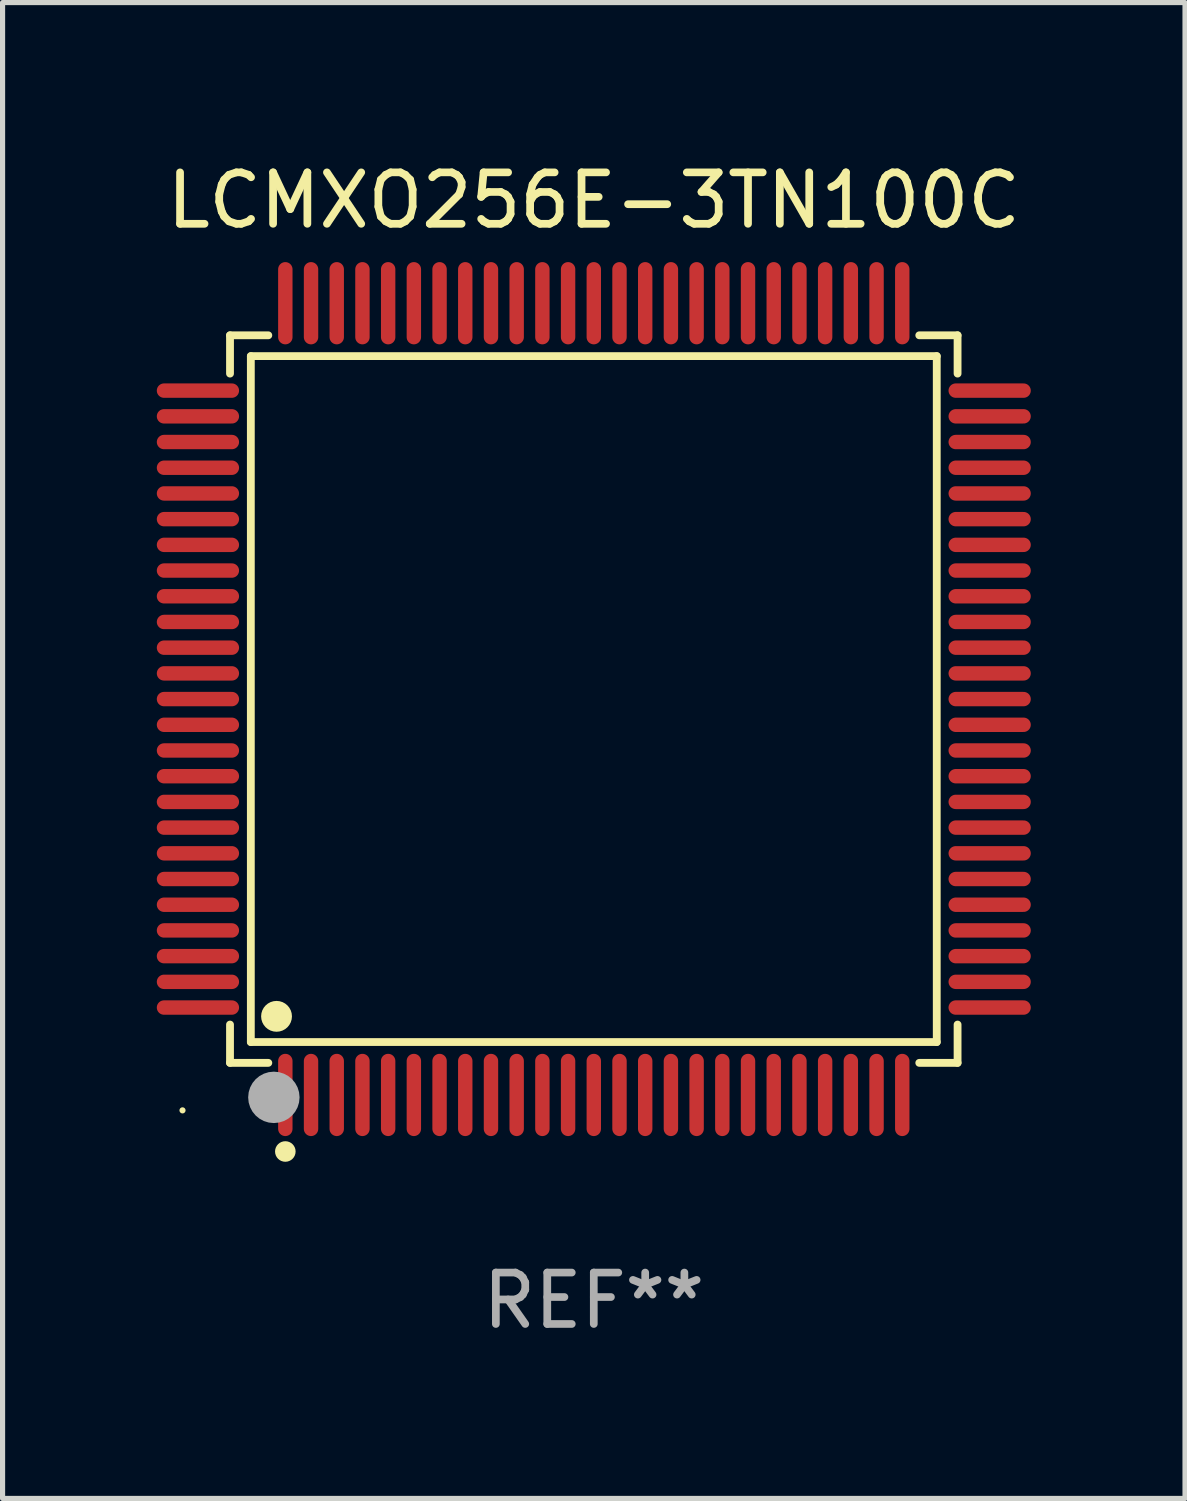
<source format=kicad_pcb>
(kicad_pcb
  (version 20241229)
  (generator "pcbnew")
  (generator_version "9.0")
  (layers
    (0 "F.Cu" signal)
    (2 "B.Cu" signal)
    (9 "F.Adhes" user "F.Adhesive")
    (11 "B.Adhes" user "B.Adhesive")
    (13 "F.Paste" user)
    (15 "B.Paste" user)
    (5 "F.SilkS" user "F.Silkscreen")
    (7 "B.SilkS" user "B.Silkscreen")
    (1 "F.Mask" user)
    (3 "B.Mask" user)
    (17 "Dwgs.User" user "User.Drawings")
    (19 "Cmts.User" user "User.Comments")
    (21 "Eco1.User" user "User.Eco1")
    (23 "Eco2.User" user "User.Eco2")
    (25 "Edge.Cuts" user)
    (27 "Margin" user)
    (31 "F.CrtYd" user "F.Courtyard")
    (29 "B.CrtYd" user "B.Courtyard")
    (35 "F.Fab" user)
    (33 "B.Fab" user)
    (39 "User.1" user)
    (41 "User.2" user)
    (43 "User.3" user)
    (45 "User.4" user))
  (footprint "LCMXO256E-3TN100C"
    (layer "F.Cu")
    (at 8.5 10.548)
    (property "Reference" "LCMXO256E-3TN100C" (at 0 -9.7 0) (layer "F.SilkS") (effects (font (size 1 1) (thickness 0.15))))
    (attr through_hole)
    (fp_line (start -7.076 -7.076) (end -6.331 -7.076) (stroke (width 0.152) (type solid)) (layer "F.SilkS"))
    (fp_line (start -7.076 -6.331) (end -7.076 -7.076) (stroke (width 0.152) (type solid)) (layer "F.SilkS"))
    (fp_line (start -7.076 6.331) (end -7.076 7.076) (stroke (width 0.152) (type solid)) (layer "F.SilkS"))
    (fp_line (start -7.076 7.076) (end -6.331 7.076) (stroke (width 0.152) (type solid)) (layer "F.SilkS"))
    (fp_line (start -6.671 -6.671) (end 6.671 -6.671) (stroke (width 0.152) (type solid)) (layer "F.SilkS"))
    (fp_line (start -6.671 6.671) (end -6.671 -6.671) (stroke (width 0.152) (type solid)) (layer "F.SilkS"))
    (fp_line (start 6.671 -6.671) (end 6.671 6.671) (stroke (width 0.152) (type solid)) (layer "F.SilkS"))
    (fp_line (start 6.671 6.671) (end -6.671 6.671) (stroke (width 0.152) (type solid)) (layer "F.SilkS"))
    (fp_line (start 7.076 -7.076) (end 6.331 -7.076) (stroke (width 0.152) (type solid)) (layer "F.SilkS"))
    (fp_line (start 7.076 -6.331) (end 7.076 -7.076) (stroke (width 0.152) (type solid)) (layer "F.SilkS"))
    (fp_line (start 7.076 6.331) (end 7.076 7.076) (stroke (width 0.152) (type solid)) (layer "F.SilkS"))
    (fp_line (start 7.076 7.076) (end 6.331 7.076) (stroke (width 0.152) (type solid)) (layer "F.SilkS"))
    (fp_circle (center -8 8) (end -7.97 8) (stroke (width 0.06) (type solid)) (fill no) (layer "F.SilkS"))
    (fp_circle (center -6.171 6.171) (end -6.021 6.171) (stroke (width 0.3) (type solid)) (fill no) (layer "F.SilkS"))
    (fp_circle (center -6 8.8) (end -5.9 8.8) (stroke (width 0.2) (type solid)) (fill no) (layer "F.SilkS"))
    (fp_circle (center -6.223 7.747) (end -5.973 7.747) (stroke (width 0.5) (type solid)) (fill no) (layer "F.Fab"))
    (fp_text user "REF**" (at 0 11.7 0) (layer "F.Fab") (effects (font (size 1 1) (thickness 0.15))))
    (pad "1" smd oval (at -6 7.7) (size 0.28 1.6) (layers "F.Cu" "F.Mask" "F.Paste"))
    (pad "2" smd oval (at -5.5 7.7) (size 0.28 1.6) (layers "F.Cu" "F.Mask" "F.Paste"))
    (pad "3" smd oval (at -5 7.7) (size 0.28 1.6) (layers "F.Cu" "F.Mask" "F.Paste"))
    (pad "4" smd oval (at -4.5 7.7) (size 0.28 1.6) (layers "F.Cu" "F.Mask" "F.Paste"))
    (pad "5" smd oval (at -4 7.7) (size 0.28 1.6) (layers "F.Cu" "F.Mask" "F.Paste"))
    (pad "6" smd oval (at -3.5 7.7) (size 0.28 1.6) (layers "F.Cu" "F.Mask" "F.Paste"))
    (pad "7" smd oval (at -3 7.7) (size 0.28 1.6) (layers "F.Cu" "F.Mask" "F.Paste"))
    (pad "8" smd oval (at -2.5 7.7) (size 0.28 1.6) (layers "F.Cu" "F.Mask" "F.Paste"))
    (pad "9" smd oval (at -2 7.7) (size 0.28 1.6) (layers "F.Cu" "F.Mask" "F.Paste"))
    (pad "10" smd oval (at -1.5 7.7) (size 0.28 1.6) (layers "F.Cu" "F.Mask" "F.Paste"))
    (pad "11" smd oval (at -1 7.7) (size 0.28 1.6) (layers "F.Cu" "F.Mask" "F.Paste"))
    (pad "12" smd oval (at -0.5 7.7) (size 0.28 1.6) (layers "F.Cu" "F.Mask" "F.Paste"))
    (pad "13" smd oval (at 0 7.7) (size 0.28 1.6) (layers "F.Cu" "F.Mask" "F.Paste"))
    (pad "14" smd oval (at 0.5 7.7) (size 0.28 1.6) (layers "F.Cu" "F.Mask" "F.Paste"))
    (pad "15" smd oval (at 1 7.7) (size 0.28 1.6) (layers "F.Cu" "F.Mask" "F.Paste"))
    (pad "16" smd oval (at 1.5 7.7) (size 0.28 1.6) (layers "F.Cu" "F.Mask" "F.Paste"))
    (pad "17" smd oval (at 2 7.7) (size 0.28 1.6) (layers "F.Cu" "F.Mask" "F.Paste"))
    (pad "18" smd oval (at 2.5 7.7) (size 0.28 1.6) (layers "F.Cu" "F.Mask" "F.Paste"))
    (pad "19" smd oval (at 3 7.7) (size 0.28 1.6) (layers "F.Cu" "F.Mask" "F.Paste"))
    (pad "20" smd oval (at 3.5 7.7) (size 0.28 1.6) (layers "F.Cu" "F.Mask" "F.Paste"))
    (pad "21" smd oval (at 4 7.7) (size 0.28 1.6) (layers "F.Cu" "F.Mask" "F.Paste"))
    (pad "22" smd oval (at 4.5 7.7) (size 0.28 1.6) (layers "F.Cu" "F.Mask" "F.Paste"))
    (pad "23" smd oval (at 5 7.7) (size 0.28 1.6) (layers "F.Cu" "F.Mask" "F.Paste"))
    (pad "24" smd oval (at 5.5 7.7) (size 0.28 1.6) (layers "F.Cu" "F.Mask" "F.Paste"))
    (pad "25" smd oval (at 6 7.7) (size 0.28 1.6) (layers "F.Cu" "F.Mask" "F.Paste"))
    (pad "26" smd oval (at 7.7 6) (size 1.6 0.28) (layers "F.Cu" "F.Mask" "F.Paste"))
    (pad "27" smd oval (at 7.7 5.5) (size 1.6 0.28) (layers "F.Cu" "F.Mask" "F.Paste"))
    (pad "28" smd oval (at 7.7 5) (size 1.6 0.28) (layers "F.Cu" "F.Mask" "F.Paste"))
    (pad "29" smd oval (at 7.7 4.5) (size 1.6 0.28) (layers "F.Cu" "F.Mask" "F.Paste"))
    (pad "30" smd oval (at 7.7 4) (size 1.6 0.28) (layers "F.Cu" "F.Mask" "F.Paste"))
    (pad "31" smd oval (at 7.7 3.5) (size 1.6 0.28) (layers "F.Cu" "F.Mask" "F.Paste"))
    (pad "32" smd oval (at 7.7 3) (size 1.6 0.28) (layers "F.Cu" "F.Mask" "F.Paste"))
    (pad "33" smd oval (at 7.7 2.5) (size 1.6 0.28) (layers "F.Cu" "F.Mask" "F.Paste"))
    (pad "34" smd oval (at 7.7 2) (size 1.6 0.28) (layers "F.Cu" "F.Mask" "F.Paste"))
    (pad "35" smd oval (at 7.7 1.5) (size 1.6 0.28) (layers "F.Cu" "F.Mask" "F.Paste"))
    (pad "36" smd oval (at 7.7 1) (size 1.6 0.28) (layers "F.Cu" "F.Mask" "F.Paste"))
    (pad "37" smd oval (at 7.7 0.5) (size 1.6 0.28) (layers "F.Cu" "F.Mask" "F.Paste"))
    (pad "38" smd oval (at 7.7 0) (size 1.6 0.28) (layers "F.Cu" "F.Mask" "F.Paste"))
    (pad "39" smd oval (at 7.7 -0.5) (size 1.6 0.28) (layers "F.Cu" "F.Mask" "F.Paste"))
    (pad "40" smd oval (at 7.7 -1) (size 1.6 0.28) (layers "F.Cu" "F.Mask" "F.Paste"))
    (pad "41" smd oval (at 7.7 -1.5) (size 1.6 0.28) (layers "F.Cu" "F.Mask" "F.Paste"))
    (pad "42" smd oval (at 7.7 -2) (size 1.6 0.28) (layers "F.Cu" "F.Mask" "F.Paste"))
    (pad "43" smd oval (at 7.7 -2.5) (size 1.6 0.28) (layers "F.Cu" "F.Mask" "F.Paste"))
    (pad "44" smd oval (at 7.7 -3) (size 1.6 0.28) (layers "F.Cu" "F.Mask" "F.Paste"))
    (pad "45" smd oval (at 7.7 -3.5) (size 1.6 0.28) (layers "F.Cu" "F.Mask" "F.Paste"))
    (pad "46" smd oval (at 7.7 -4) (size 1.6 0.28) (layers "F.Cu" "F.Mask" "F.Paste"))
    (pad "47" smd oval (at 7.7 -4.5) (size 1.6 0.28) (layers "F.Cu" "F.Mask" "F.Paste"))
    (pad "48" smd oval (at 7.7 -5) (size 1.6 0.28) (layers "F.Cu" "F.Mask" "F.Paste"))
    (pad "49" smd oval (at 7.7 -5.5) (size 1.6 0.28) (layers "F.Cu" "F.Mask" "F.Paste"))
    (pad "50" smd oval (at 7.7 -6) (size 1.6 0.28) (layers "F.Cu" "F.Mask" "F.Paste"))
    (pad "51" smd oval (at 6 -7.7) (size 0.28 1.6) (layers "F.Cu" "F.Mask" "F.Paste"))
    (pad "52" smd oval (at 5.5 -7.7) (size 0.28 1.6) (layers "F.Cu" "F.Mask" "F.Paste"))
    (pad "53" smd oval (at 5 -7.7) (size 0.28 1.6) (layers "F.Cu" "F.Mask" "F.Paste"))
    (pad "54" smd oval (at 4.5 -7.7) (size 0.28 1.6) (layers "F.Cu" "F.Mask" "F.Paste"))
    (pad "55" smd oval (at 4 -7.7) (size 0.28 1.6) (layers "F.Cu" "F.Mask" "F.Paste"))
    (pad "56" smd oval (at 3.5 -7.7) (size 0.28 1.6) (layers "F.Cu" "F.Mask" "F.Paste"))
    (pad "57" smd oval (at 3 -7.7) (size 0.28 1.6) (layers "F.Cu" "F.Mask" "F.Paste"))
    (pad "58" smd oval (at 2.5 -7.7) (size 0.28 1.6) (layers "F.Cu" "F.Mask" "F.Paste"))
    (pad "59" smd oval (at 2 -7.7) (size 0.28 1.6) (layers "F.Cu" "F.Mask" "F.Paste"))
    (pad "60" smd oval (at 1.5 -7.7) (size 0.28 1.6) (layers "F.Cu" "F.Mask" "F.Paste"))
    (pad "61" smd oval (at 1 -7.7) (size 0.28 1.6) (layers "F.Cu" "F.Mask" "F.Paste"))
    (pad "62" smd oval (at 0.5 -7.7) (size 0.28 1.6) (layers "F.Cu" "F.Mask" "F.Paste"))
    (pad "63" smd oval (at 0 -7.7) (size 0.28 1.6) (layers "F.Cu" "F.Mask" "F.Paste"))
    (pad "64" smd oval (at -0.5 -7.7) (size 0.28 1.6) (layers "F.Cu" "F.Mask" "F.Paste"))
    (pad "65" smd oval (at -1 -7.7) (size 0.28 1.6) (layers "F.Cu" "F.Mask" "F.Paste"))
    (pad "66" smd oval (at -1.5 -7.7) (size 0.28 1.6) (layers "F.Cu" "F.Mask" "F.Paste"))
    (pad "67" smd oval (at -2 -7.7) (size 0.28 1.6) (layers "F.Cu" "F.Mask" "F.Paste"))
    (pad "68" smd oval (at -2.5 -7.7) (size 0.28 1.6) (layers "F.Cu" "F.Mask" "F.Paste"))
    (pad "69" smd oval (at -3 -7.7) (size 0.28 1.6) (layers "F.Cu" "F.Mask" "F.Paste"))
    (pad "70" smd oval (at -3.5 -7.7) (size 0.28 1.6) (layers "F.Cu" "F.Mask" "F.Paste"))
    (pad "71" smd oval (at -4 -7.7) (size 0.28 1.6) (layers "F.Cu" "F.Mask" "F.Paste"))
    (pad "72" smd oval (at -4.5 -7.7) (size 0.28 1.6) (layers "F.Cu" "F.Mask" "F.Paste"))
    (pad "73" smd oval (at -5 -7.7) (size 0.28 1.6) (layers "F.Cu" "F.Mask" "F.Paste"))
    (pad "74" smd oval (at -5.5 -7.7) (size 0.28 1.6) (layers "F.Cu" "F.Mask" "F.Paste"))
    (pad "75" smd oval (at -6 -7.7) (size 0.28 1.6) (layers "F.Cu" "F.Mask" "F.Paste"))
    (pad "76" smd oval (at -7.7 -6) (size 1.6 0.28) (layers "F.Cu" "F.Mask" "F.Paste"))
    (pad "77" smd oval (at -7.7 -5.5) (size 1.6 0.28) (layers "F.Cu" "F.Mask" "F.Paste"))
    (pad "78" smd oval (at -7.7 -5) (size 1.6 0.28) (layers "F.Cu" "F.Mask" "F.Paste"))
    (pad "79" smd oval (at -7.7 -4.5) (size 1.6 0.28) (layers "F.Cu" "F.Mask" "F.Paste"))
    (pad "80" smd oval (at -7.7 -4) (size 1.6 0.28) (layers "F.Cu" "F.Mask" "F.Paste"))
    (pad "81" smd oval (at -7.7 -3.5) (size 1.6 0.28) (layers "F.Cu" "F.Mask" "F.Paste"))
    (pad "82" smd oval (at -7.7 -3) (size 1.6 0.28) (layers "F.Cu" "F.Mask" "F.Paste"))
    (pad "83" smd oval (at -7.7 -2.5) (size 1.6 0.28) (layers "F.Cu" "F.Mask" "F.Paste"))
    (pad "84" smd oval (at -7.7 -2) (size 1.6 0.28) (layers "F.Cu" "F.Mask" "F.Paste"))
    (pad "85" smd oval (at -7.7 -1.5) (size 1.6 0.28) (layers "F.Cu" "F.Mask" "F.Paste"))
    (pad "86" smd oval (at -7.7 -1) (size 1.6 0.28) (layers "F.Cu" "F.Mask" "F.Paste"))
    (pad "87" smd oval (at -7.7 -0.5) (size 1.6 0.28) (layers "F.Cu" "F.Mask" "F.Paste"))
    (pad "88" smd oval (at -7.7 0) (size 1.6 0.28) (layers "F.Cu" "F.Mask" "F.Paste"))
    (pad "89" smd oval (at -7.7 0.5) (size 1.6 0.28) (layers "F.Cu" "F.Mask" "F.Paste"))
    (pad "90" smd oval (at -7.7 1) (size 1.6 0.28) (layers "F.Cu" "F.Mask" "F.Paste"))
    (pad "91" smd oval (at -7.7 1.5) (size 1.6 0.28) (layers "F.Cu" "F.Mask" "F.Paste"))
    (pad "92" smd oval (at -7.7 2) (size 1.6 0.28) (layers "F.Cu" "F.Mask" "F.Paste"))
    (pad "93" smd oval (at -7.7 2.5) (size 1.6 0.28) (layers "F.Cu" "F.Mask" "F.Paste"))
    (pad "94" smd oval (at -7.7 3) (size 1.6 0.28) (layers "F.Cu" "F.Mask" "F.Paste"))
    (pad "95" smd oval (at -7.7 3.5) (size 1.6 0.28) (layers "F.Cu" "F.Mask" "F.Paste"))
    (pad "96" smd oval (at -7.7 4) (size 1.6 0.28) (layers "F.Cu" "F.Mask" "F.Paste"))
    (pad "97" smd oval (at -7.7 4.5) (size 1.6 0.28) (layers "F.Cu" "F.Mask" "F.Paste"))
    (pad "98" smd oval (at -7.7 5) (size 1.6 0.28) (layers "F.Cu" "F.Mask" "F.Paste"))
    (pad "99" smd oval (at -7.7 5.5) (size 1.6 0.28) (layers "F.Cu" "F.Mask" "F.Paste"))
    (pad "100" smd oval (at -7.7 6) (size 1.6 0.28) (layers "F.Cu" "F.Mask" "F.Paste")))
  (gr_rect
    (start -3 -3)
    (end 20 26.097)
    (stroke (width 0.1) (type default))
    (fill no)
    (layer "Edge.Cuts")))
</source>
